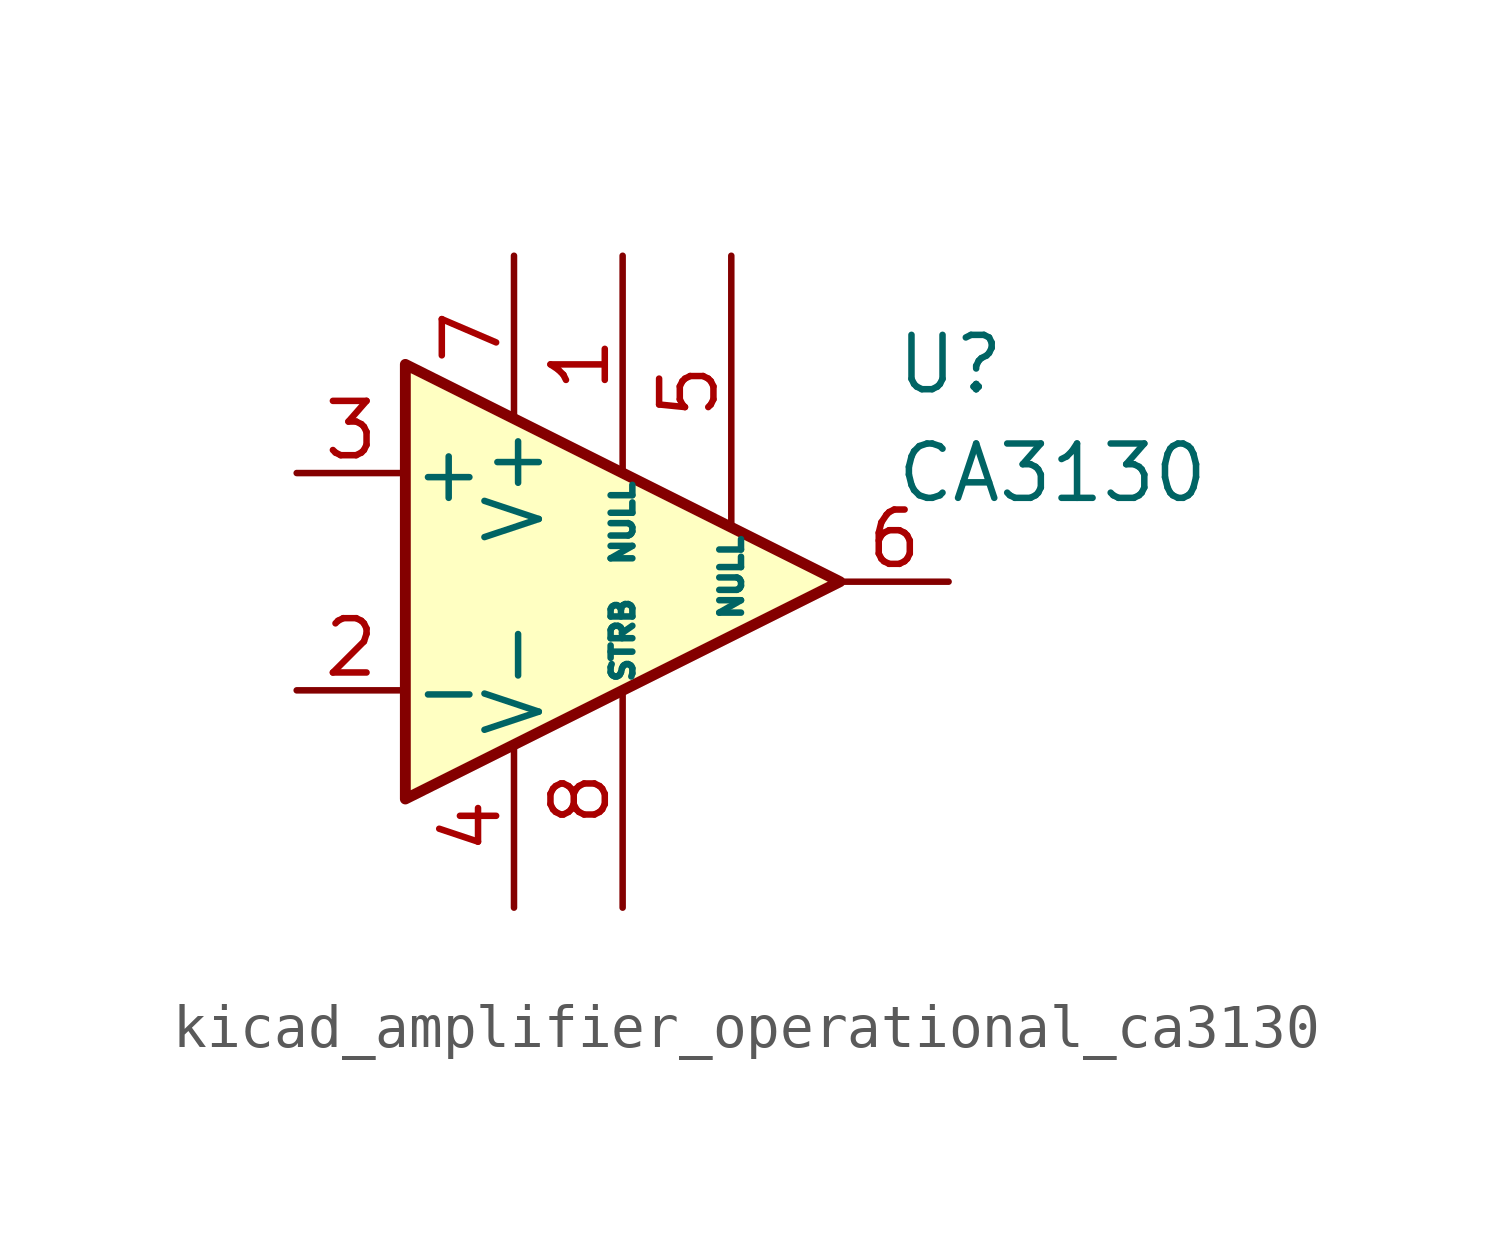
<source format=kicad_sym>
(kicad_symbol_lib
  (version 20220914)
  (generator kicad_symbol_editor)
  (symbol "kicad_amplifier_operational_ca3130"
    (pin_names
      (offset 0.127))
    (property "Reference" "U"
      (at 6.35 5.08 0)
      (effects (font (size 1.27 1.27)) (justify left)))
    (property "Value" "CA3130"
      (at 6.35 2.54 0)
      (effects (font (size 1.27 1.27)) (justify left)))
    (symbol "kicad_amplifier_operational_ca3130_0_1"
      (polyline (pts (xy -5.08 5.08) (xy 5.08 0) (xy -5.08 -5.08) (xy -5.08 5.08)) (stroke (width 0.254) (type default)) (fill (type background))))
    (symbol "kicad_amplifier_operational_ca3130_1_1"
      (pin passive line (at 0 7.62 270) (length 5.08) (name "NULL" (effects (font (size 0.508 0.508)))) (number "1" (effects (font (size 1.27 1.27)))))
      (pin input line (at -7.62 -2.54 0) (length 2.54) (name "-" (effects (font (size 1.27 1.27)))) (number "2" (effects (font (size 1.27 1.27)))))
      (pin input line (at -7.62 2.54 0) (length 2.54) (name "+" (effects (font (size 1.27 1.27)))) (number "3" (effects (font (size 1.27 1.27)))))
      (pin power_in line (at -2.54 -7.62 90) (length 3.81) (name "V-" (effects (font (size 1.27 1.27)))) (number "4" (effects (font (size 1.27 1.27)))))
      (pin passive line (at 2.54 7.62 270) (length 6.35) (name "NULL" (effects (font (size 0.508 0.508)))) (number "5" (effects (font (size 1.27 1.27)))))
      (pin output line (at 7.62 0 180) (length 2.54) (name "~" (effects (font (size 1.27 1.27)))) (number "6" (effects (font (size 1.27 1.27)))))
      (pin power_in line (at -2.54 7.62 270) (length 3.81) (name "V+" (effects (font (size 1.27 1.27)))) (number "7" (effects (font (size 1.27 1.27)))))
      (pin passive line (at 0 -7.62 90) (length 5.08) (name "STRB" (effects (font (size 0.508 0.508)))) (number "8" (effects (font (size 1.27 1.27))))))))
</source>
